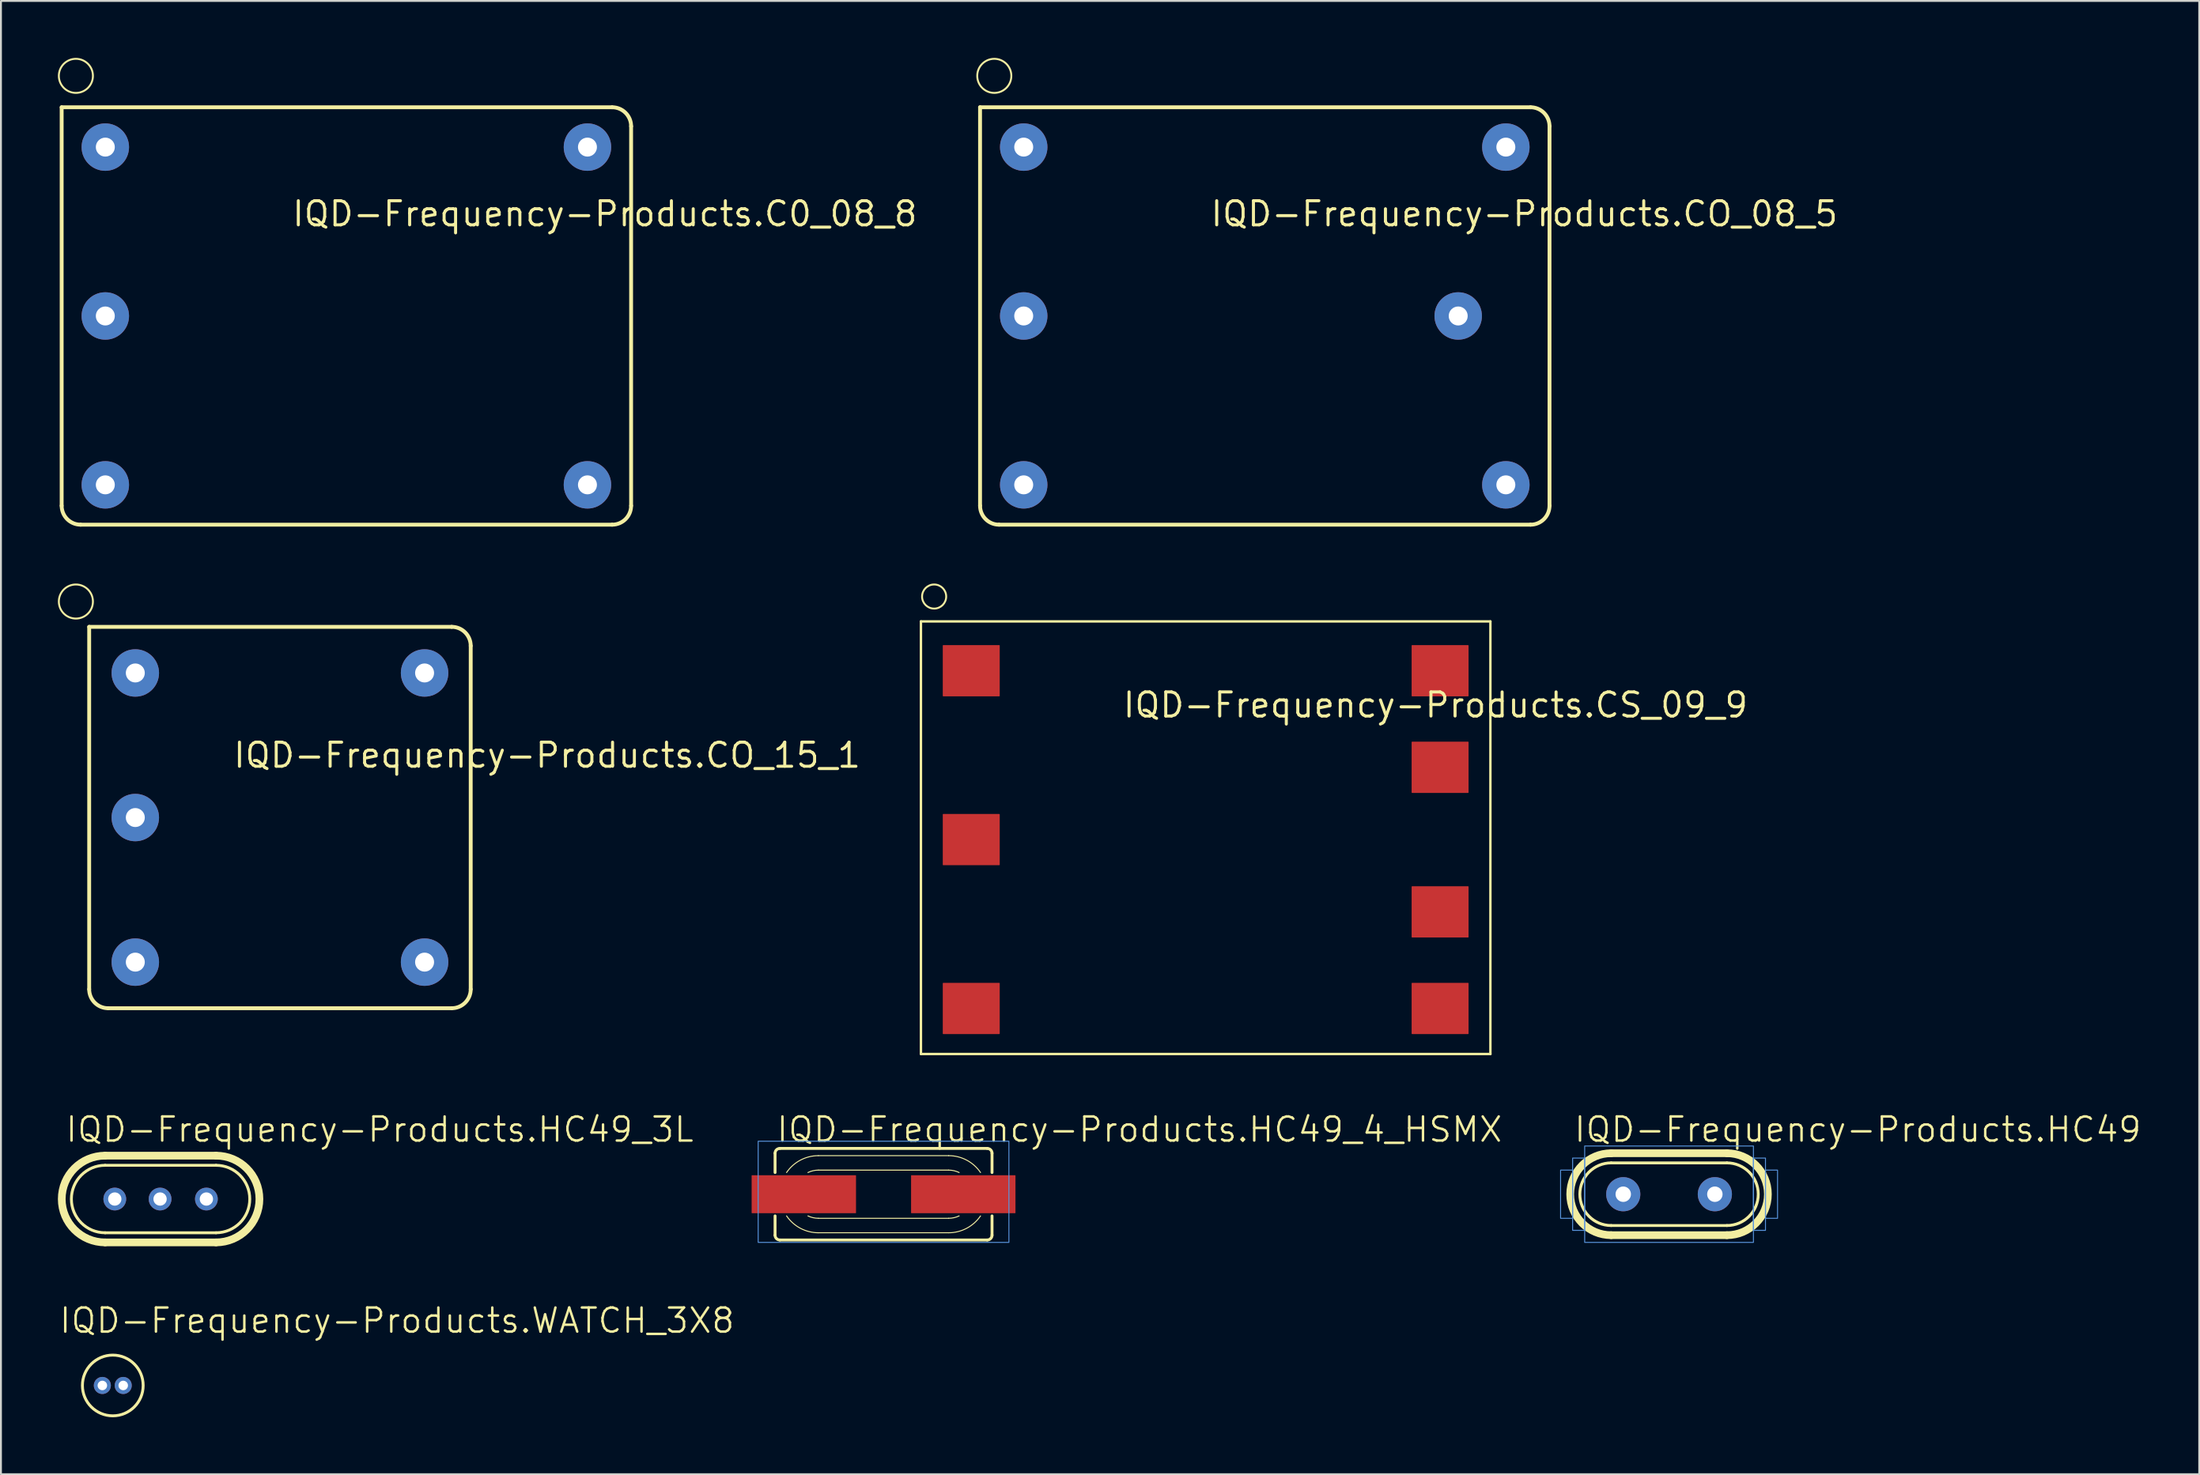
<source format=kicad_pcb>
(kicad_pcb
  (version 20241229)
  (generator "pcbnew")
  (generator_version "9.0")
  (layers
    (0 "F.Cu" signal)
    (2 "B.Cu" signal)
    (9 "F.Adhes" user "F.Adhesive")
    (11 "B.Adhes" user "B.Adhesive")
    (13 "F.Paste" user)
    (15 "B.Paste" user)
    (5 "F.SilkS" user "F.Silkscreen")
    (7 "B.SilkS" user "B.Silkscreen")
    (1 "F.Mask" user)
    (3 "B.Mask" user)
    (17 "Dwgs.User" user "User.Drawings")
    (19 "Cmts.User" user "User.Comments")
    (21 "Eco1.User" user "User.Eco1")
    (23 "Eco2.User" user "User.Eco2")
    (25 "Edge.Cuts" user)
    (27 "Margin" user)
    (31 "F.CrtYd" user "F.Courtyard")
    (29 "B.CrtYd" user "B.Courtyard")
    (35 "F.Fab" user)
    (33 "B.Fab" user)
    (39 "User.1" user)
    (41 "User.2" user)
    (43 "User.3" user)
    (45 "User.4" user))
  (footprint "IQD-Frequency-Products.CS_09_9"
    (layer "F.Cu")
    (at 60.467 41.2)
    (property "Reference" "IQD-Frequency-Products.CS_09_9" (at -4.445 -6.35 0) (layer "F.SilkS") (effects (font (size 1.27 1.27) (thickness 0.16)) (justify left bottom)))
    (attr smd)
    (fp_line (start -15 -11.5) (end 15 -11.5) (stroke (width 0.127) (type default)) (layer "F.SilkS"))
    (fp_line (start -15 11.3) (end -15 -11.5) (stroke (width 0.127) (type default)) (layer "F.SilkS"))
    (fp_line (start 15 -11.5) (end 15 11.3) (stroke (width 0.127) (type default)) (layer "F.SilkS"))
    (fp_line (start 15 11.3) (end -15 11.3) (stroke (width 0.127) (type default)) (layer "F.SilkS"))
    (fp_circle (center -14.305 -12.81) (end -13.67 -12.81) (stroke (width 0.1) (type default)) (fill no) (layer "F.SilkS"))
    (pad "1" smd roundrect (at -12.35 -8.9) (size 3 2.7) (layers "F.Cu" "F.Mask" "F.Paste") (roundrect_rratio 0.01))
    (pad "2" smd roundrect (at -12.35 0) (size 3 2.7) (layers "F.Cu" "F.Mask" "F.Paste") (roundrect_rratio 0.01))
    (pad "3" smd roundrect (at -12.35 8.9) (size 3 2.7) (layers "F.Cu" "F.Mask" "F.Paste") (roundrect_rratio 0.01))
    (pad "4" smd roundrect (at 12.35 8.9 180) (size 3 2.7) (layers "F.Cu" "F.Mask" "F.Paste") (roundrect_rratio 0.01))
    (pad "5" smd roundrect (at 12.35 3.81) (size 3 2.7) (layers "F.Cu" "F.Mask" "F.Paste") (roundrect_rratio 0.01))
    (pad "6" smd roundrect (at 12.35 -3.81) (size 3 2.7) (layers "F.Cu" "F.Mask" "F.Paste") (roundrect_rratio 0.01))
    (pad "7" smd roundrect (at 12.35 -8.9 180) (size 3 2.7) (layers "F.Cu" "F.Mask" "F.Paste") (roundrect_rratio 0.01)))
  (footprint "IQD-Frequency-Products.C0_08_8"
    (layer "F.Cu")
    (at 15.198 13.603)
    (property "Reference" "IQD-Frequency-Products.C0_08_8" (at -2.94 -4.64 0) (layer "F.SilkS") (effects (font (size 1.27 1.27) (thickness 0.16)) (justify left bottom)))
    (attr through_hole)
    (fp_line (start -15 -11) (end -15 10) (stroke (width 0.203) (type default)) (layer "F.SilkS"))
    (fp_line (start -14 11) (end 14 11) (stroke (width 0.203) (type default)) (layer "F.SilkS"))
    (fp_line (start 14 -11) (end -15 -11) (stroke (width 0.203) (type default)) (layer "F.SilkS"))
    (fp_line (start 15 10) (end 15 -10) (stroke (width 0.203) (type default)) (layer "F.SilkS"))
    (fp_arc (start -14 11) (mid -14.707107 10.707107) (end -15 10) (stroke (width 0.2032) (type default)) (layer "F.SilkS"))
    (fp_arc (start 14 -11) (mid 14.707107 -10.707107) (end 15 -10) (stroke (width 0.2032) (type default)) (layer "F.SilkS"))
    (fp_arc (start 15 10) (mid 14.707107 10.707107) (end 14 11) (stroke (width 0.2032) (type default)) (layer "F.SilkS"))
    (fp_circle (center -14.25 -12.655) (end -13.352 -12.655) (stroke (width 0.1) (type default)) (fill no) (layer "F.SilkS"))
    (pad "1" thru_hole circle (at -12.7 -8.9 270) (size 2.5 2.5) (drill 1) (layers "*.Cu" "*.Mask"))
    (pad "2" thru_hole circle (at -12.7 0 270) (size 2.5 2.5) (drill 1) (layers "*.Cu" "*.Mask"))
    (pad "3" thru_hole circle (at -12.7 8.9) (size 2.5 2.5) (drill 1) (layers "*.Cu" "*.Mask"))
    (pad "4" thru_hole circle (at 12.7 8.9 90) (size 2.5 2.5) (drill 1) (layers "*.Cu" "*.Mask"))
    (pad "5" thru_hole circle (at 12.7 -8.9 180) (size 2.5 2.5) (drill 1) (layers "*.Cu" "*.Mask")))
  (footprint "IQD-Frequency-Products.HC49_3L"
    (layer "F.Cu")
    (at 5.41 60.144)
    (property "Reference" "IQD-Frequency-Products.HC49_3L" (at -5.08 -2.921 0) (layer "F.SilkS") (effects (font (size 1.27 1.27) (thickness 0.13)) (justify left bottom)))
    (attr through_hole)
    (fp_line (start -2.921 -2.286) (end 2.921 -2.286) (stroke (width 0.406) (type default)) (layer "F.SilkS"))
    (fp_line (start -2.921 1.778) (end 2.921 1.778) (stroke (width 0.152) (type default)) (layer "F.SilkS"))
    (fp_line (start -2.921 2.286) (end 2.921 2.286) (stroke (width 0.406) (type default)) (layer "F.SilkS"))
    (fp_line (start 2.921 -1.778) (end -2.921 -1.778) (stroke (width 0.152) (type default)) (layer "F.SilkS"))
    (fp_arc (start -2.921 1.778) (mid -4.699 0) (end -2.921 -1.778) (stroke (width 0.1524) (type default)) (layer "F.SilkS"))
    (fp_arc (start -2.921 2.286) (mid -5.207 0) (end -2.921 -2.286) (stroke (width 0.4064) (type default)) (layer "F.SilkS"))
    (fp_arc (start 2.921 -2.286) (mid 5.207 0) (end 2.921 2.286) (stroke (width 0.4064) (type default)) (layer "F.SilkS"))
    (fp_arc (start 2.921 -1.778) (mid 4.699 0) (end 2.921 1.778) (stroke (width 0.1524) (type default)) (layer "F.SilkS"))
    (pad "1" thru_hole circle (at -2.413 0) (size 1.2 1.2) (drill 0.7) (layers "*.Cu" "*.Mask"))
    (pad "2" thru_hole circle (at -0.027 0) (size 1.2 1.2) (drill 0.7) (layers "*.Cu" "*.Mask"))
    (pad "3" thru_hole circle (at 2.413 0) (size 1.2 1.2) (drill 0.7) (layers "*.Cu" "*.Mask")))
  (footprint "IQD-Frequency-Products.WATCH_3X8"
    (layer "F.Cu")
    (at 2.892 69.97)
    (property "Reference" "IQD-Frequency-Products.WATCH_3X8" (at -2.892 -2.677 0) (layer "F.SilkS") (effects (font (size 1.27 1.27) (thickness 0.13)) (justify left bottom)))
    (attr through_hole)
    (fp_circle (center 0 0) (end 1.6 0) (stroke (width 0.152) (type default)) (fill no) (layer "F.SilkS"))
    (pad "1" thru_hole circle (at -0.55 0) (size 0.9 0.9) (drill 0.5) (layers "*.Cu" "*.Mask"))
    (pad "2" thru_hole circle (at 0.55 0) (size 0.9 0.9) (drill 0.5) (layers "*.Cu" "*.Mask")))
  (footprint "IQD-Frequency-Products.HC49_4_HSMX"
    (layer "F.Cu")
    (at 43.497 59.89)
    (property "Reference" "IQD-Frequency-Products.HC49_4_HSMX" (at -5.715 -2.667 0) (layer "F.SilkS") (effects (font (size 1.27 1.27) (thickness 0.13)) (justify left bottom)))
    (attr smd)
    (fp_line (start -5.715 -2.159) (end -5.715 -1.143) (stroke (width 0.152) (type default)) (layer "F.SilkS"))
    (fp_line (start -5.715 1.143) (end -5.715 2.159) (stroke (width 0.152) (type default)) (layer "F.SilkS"))
    (fp_line (start -5.461 -2.413) (end 5.461 -2.413) (stroke (width 0.152) (type default)) (layer "F.SilkS"))
    (fp_line (start -5.461 2.413) (end 5.461 2.413) (stroke (width 0.152) (type default)) (layer "F.SilkS"))
    (fp_line (start -3.429 -2.032) (end 3.429 -2.032) (stroke (width 0.051) (type default)) (layer "F.SilkS"))
    (fp_line (start -3.429 -1.27) (end 3.429 -1.27) (stroke (width 0.051) (type default)) (layer "F.SilkS"))
    (fp_line (start 3.429 1.27) (end -3.429 1.27) (stroke (width 0.051) (type default)) (layer "F.SilkS"))
    (fp_line (start 3.429 2.032) (end -3.429 2.032) (stroke (width 0.051) (type default)) (layer "F.SilkS"))
    (fp_line (start 5.715 -2.159) (end 5.715 -1.143) (stroke (width 0.152) (type default)) (layer "F.SilkS"))
    (fp_line (start 5.715 1.143) (end 5.715 2.159) (stroke (width 0.152) (type default)) (layer "F.SilkS"))
    (fp_arc (start -5.715 -2.159) (mid -5.640605 -2.338605) (end -5.461 -2.413) (stroke (width 0.1524) (type default)) (layer "F.SilkS"))
    (fp_arc (start -5.461 2.413) (mid -5.640605 2.338605) (end -5.715 2.159) (stroke (width 0.1524) (type default)) (layer "F.SilkS"))
    (fp_arc (start -5.1091 -1.143) (mid -4.379417 -1.796107) (end -3.429 -2.0321) (stroke (width 0.0508) (type default)) (layer "F.SilkS"))
    (fp_arc (start -3.9826 -1.143) (mid -3.712991 -1.237845) (end -3.429 -1.27) (stroke (width 0.0508) (type default)) (layer "F.SilkS"))
    (fp_arc (start -3.429 1.27) (mid -3.712991 1.237845) (end -3.9826 1.143) (stroke (width 0.0508) (type default)) (layer "F.SilkS"))
    (fp_arc (start -3.429 2.032) (mid -4.379408 1.796062) (end -5.1091 1.143) (stroke (width 0.0508) (type default)) (layer "F.SilkS"))
    (fp_arc (start 3.429 -2.032) (mid 4.379408 -1.796062) (end 5.1091 -1.143) (stroke (width 0.0508) (type default)) (layer "F.SilkS"))
    (fp_arc (start 3.429 -1.27) (mid 3.712991 -1.237845) (end 3.9826 -1.143) (stroke (width 0.0508) (type default)) (layer "F.SilkS"))
    (fp_arc (start 3.9826 1.143) (mid 3.712991 1.237845) (end 3.429 1.27) (stroke (width 0.0508) (type default)) (layer "F.SilkS"))
    (fp_arc (start 5.109 1.1429) (mid 4.379367 1.795995) (end 3.429 2.032) (stroke (width 0.0508) (type default)) (layer "F.SilkS"))
    (fp_arc (start 5.461 -2.413) (mid 5.640605 -2.338605) (end 5.715 -2.159) (stroke (width 0.1524) (type default)) (layer "F.SilkS"))
    (fp_arc (start 5.715 2.159) (mid 5.640605 2.338605) (end 5.461 2.413) (stroke (width 0.1524) (type default)) (layer "F.SilkS"))
    (fp_rect (start -6.604 2.54) (end 6.604 -2.794) (stroke (width 0.05) (type default)) (fill no) (layer "Cmts.User"))
    (pad "1" smd roundrect (at -4.2 0) (size 5.5 2) (layers "F.Cu" "F.Mask" "F.Paste") (roundrect_rratio 0.01))
    (pad "2" smd roundrect (at 4.2 0) (size 5.5 2) (layers "F.Cu" "F.Mask" "F.Paste") (roundrect_rratio 0.01)))
  (footprint "IQD-Frequency-Products.HC49"
    (layer "F.Cu")
    (at 84.879 59.89)
    (property "Reference" "IQD-Frequency-Products.HC49" (at -5.08 -2.667 0) (layer "F.SilkS") (effects (font (size 1.27 1.27) (thickness 0.13)) (justify left bottom)))
    (attr through_hole)
    (fp_line (start -3.048 -2.159) (end 3.048 -2.159) (stroke (width 0.406) (type default)) (layer "F.SilkS"))
    (fp_line (start -3.048 1.651) (end 3.048 1.651) (stroke (width 0.152) (type default)) (layer "F.SilkS"))
    (fp_line (start -3.048 2.159) (end 3.048 2.159) (stroke (width 0.406) (type default)) (layer "F.SilkS"))
    (fp_line (start 3.048 -1.651) (end -3.048 -1.651) (stroke (width 0.152) (type default)) (layer "F.SilkS"))
    (fp_arc (start -3.048 1.651) (mid -4.699 0) (end -3.048 -1.651) (stroke (width 0.1524) (type default)) (layer "F.SilkS"))
    (fp_arc (start -3.048 2.159) (mid -5.207 0) (end -3.048 -2.159) (stroke (width 0.4064) (type default)) (layer "F.SilkS"))
    (fp_arc (start 3.048 -2.159) (mid 5.207 0) (end 3.048 2.159) (stroke (width 0.4064) (type default)) (layer "F.SilkS"))
    (fp_arc (start 3.048 -1.651) (mid 4.699 0) (end 3.048 1.651) (stroke (width 0.1524) (type default)) (layer "F.SilkS"))
    (fp_rect (start -5.715 1.27) (end -5.08 -1.27) (stroke (width 0.05) (type default)) (fill no) (layer "Cmts.User"))
    (fp_rect (start -5.08 1.905) (end -4.445 -1.905) (stroke (width 0.05) (type default)) (fill no) (layer "Cmts.User"))
    (fp_rect (start -4.445 2.54) (end 4.445 -2.54) (stroke (width 0.05) (type default)) (fill no) (layer "Cmts.User"))
    (fp_rect (start 4.445 1.905) (end 5.08 -1.905) (stroke (width 0.05) (type default)) (fill no) (layer "Cmts.User"))
    (fp_rect (start 5.08 1.27) (end 5.715 -1.27) (stroke (width 0.05) (type default)) (fill no) (layer "Cmts.User"))
    (pad "1" thru_hole circle (at -2.413 0) (size 1.8 1.8) (drill 0.813) (layers "*.Cu" "*.Mask"))
    (pad "2" thru_hole circle (at 2.413 0) (size 1.8 1.8) (drill 0.813) (layers "*.Cu" "*.Mask")))
  (footprint "IQD-Frequency-Products.CO_15_1"
    (layer "F.Cu")
    (at 11.698 40.038)
    (property "Reference" "IQD-Frequency-Products.CO_15_1" (at -2.54 -2.54 0) (layer "F.SilkS") (effects (font (size 1.27 1.27) (thickness 0.16)) (justify left bottom)))
    (attr through_hole)
    (fp_line (start -10.05 -10.05) (end -10.05 9.05) (stroke (width 0.203) (type default)) (layer "F.SilkS"))
    (fp_line (start -9.05 10.05) (end 9.05 10.05) (stroke (width 0.203) (type default)) (layer "F.SilkS"))
    (fp_line (start 9.05 -10.05) (end -10.05 -10.05) (stroke (width 0.203) (type default)) (layer "F.SilkS"))
    (fp_line (start 10.05 9.05) (end 10.05 -9.05) (stroke (width 0.203) (type default)) (layer "F.SilkS"))
    (fp_arc (start -9.05 10.05) (mid -9.757107 9.757107) (end -10.05 9.05) (stroke (width 0.2032) (type default)) (layer "F.SilkS"))
    (fp_arc (start 9.05 -10.05) (mid 9.757107 -9.757107) (end 10.05 -9.05) (stroke (width 0.2032) (type default)) (layer "F.SilkS"))
    (fp_arc (start 10.05 9.05) (mid 9.757107 9.757107) (end 9.05 10.05) (stroke (width 0.2032) (type default)) (layer "F.SilkS"))
    (fp_circle (center -10.75 -11.385) (end -9.852 -11.385) (stroke (width 0.1) (type default)) (fill no) (layer "F.SilkS"))
    (pad "1" thru_hole circle (at -7.62 -7.62 270) (size 2.5 2.5) (drill 1) (layers "*.Cu" "*.Mask"))
    (pad "2" thru_hole circle (at -7.62 0 270) (size 2.5 2.5) (drill 1) (layers "*.Cu" "*.Mask"))
    (pad "3" thru_hole circle (at -7.62 7.62) (size 2.5 2.5) (drill 1) (layers "*.Cu" "*.Mask"))
    (pad "4" thru_hole circle (at 7.62 7.62 90) (size 2.5 2.5) (drill 1) (layers "*.Cu" "*.Mask"))
    (pad "5" thru_hole circle (at 7.62 -7.62 180) (size 2.5 2.5) (drill 1) (layers "*.Cu" "*.Mask")))
  (footprint "IQD-Frequency-Products.CO_08_5"
    (layer "F.Cu")
    (at 63.581 13.603)
    (property "Reference" "IQD-Frequency-Products.CO_08_5" (at -2.94 -4.64 0) (layer "F.SilkS") (effects (font (size 1.27 1.27) (thickness 0.16)) (justify left bottom)))
    (attr through_hole)
    (fp_line (start -15 -11) (end -15 10) (stroke (width 0.203) (type default)) (layer "F.SilkS"))
    (fp_line (start -14 11) (end 14 11) (stroke (width 0.203) (type default)) (layer "F.SilkS"))
    (fp_line (start 14 -11) (end -15 -11) (stroke (width 0.203) (type default)) (layer "F.SilkS"))
    (fp_line (start 15 10) (end 15 -10) (stroke (width 0.203) (type default)) (layer "F.SilkS"))
    (fp_arc (start -14 11) (mid -14.707107 10.707107) (end -15 10) (stroke (width 0.2032) (type default)) (layer "F.SilkS"))
    (fp_arc (start 14 -11) (mid 14.707107 -10.707107) (end 15 -10) (stroke (width 0.2032) (type default)) (layer "F.SilkS"))
    (fp_arc (start 15 10) (mid 14.707107 10.707107) (end 14 11) (stroke (width 0.2032) (type default)) (layer "F.SilkS"))
    (fp_circle (center -14.25 -12.655) (end -13.352 -12.655) (stroke (width 0.1) (type default)) (fill no) (layer "F.SilkS"))
    (pad "1" thru_hole circle (at -12.7 -8.9 270) (size 2.5 2.5) (drill 1) (layers "*.Cu" "*.Mask"))
    (pad "2" thru_hole circle (at -12.7 0 270) (size 2.5 2.5) (drill 1) (layers "*.Cu" "*.Mask"))
    (pad "3" thru_hole circle (at -12.7 8.9) (size 2.5 2.5) (drill 1) (layers "*.Cu" "*.Mask"))
    (pad "4" thru_hole circle (at 12.7 8.9 90) (size 2.5 2.5) (drill 1) (layers "*.Cu" "*.Mask"))
    (pad "5" thru_hole circle (at 12.7 -8.9 180) (size 2.5 2.5) (drill 1) (layers "*.Cu" "*.Mask"))
    (pad "6" thru_hole circle (at 10.19 0 270) (size 2.5 2.5) (drill 1) (layers "*.Cu" "*.Mask")))
  (gr_rect
    (start -3 -3)
    (end 112.81 74.647)
    (stroke (width 0.1) (type default))
    (fill no)
    (layer "Edge.Cuts")))
</source>
